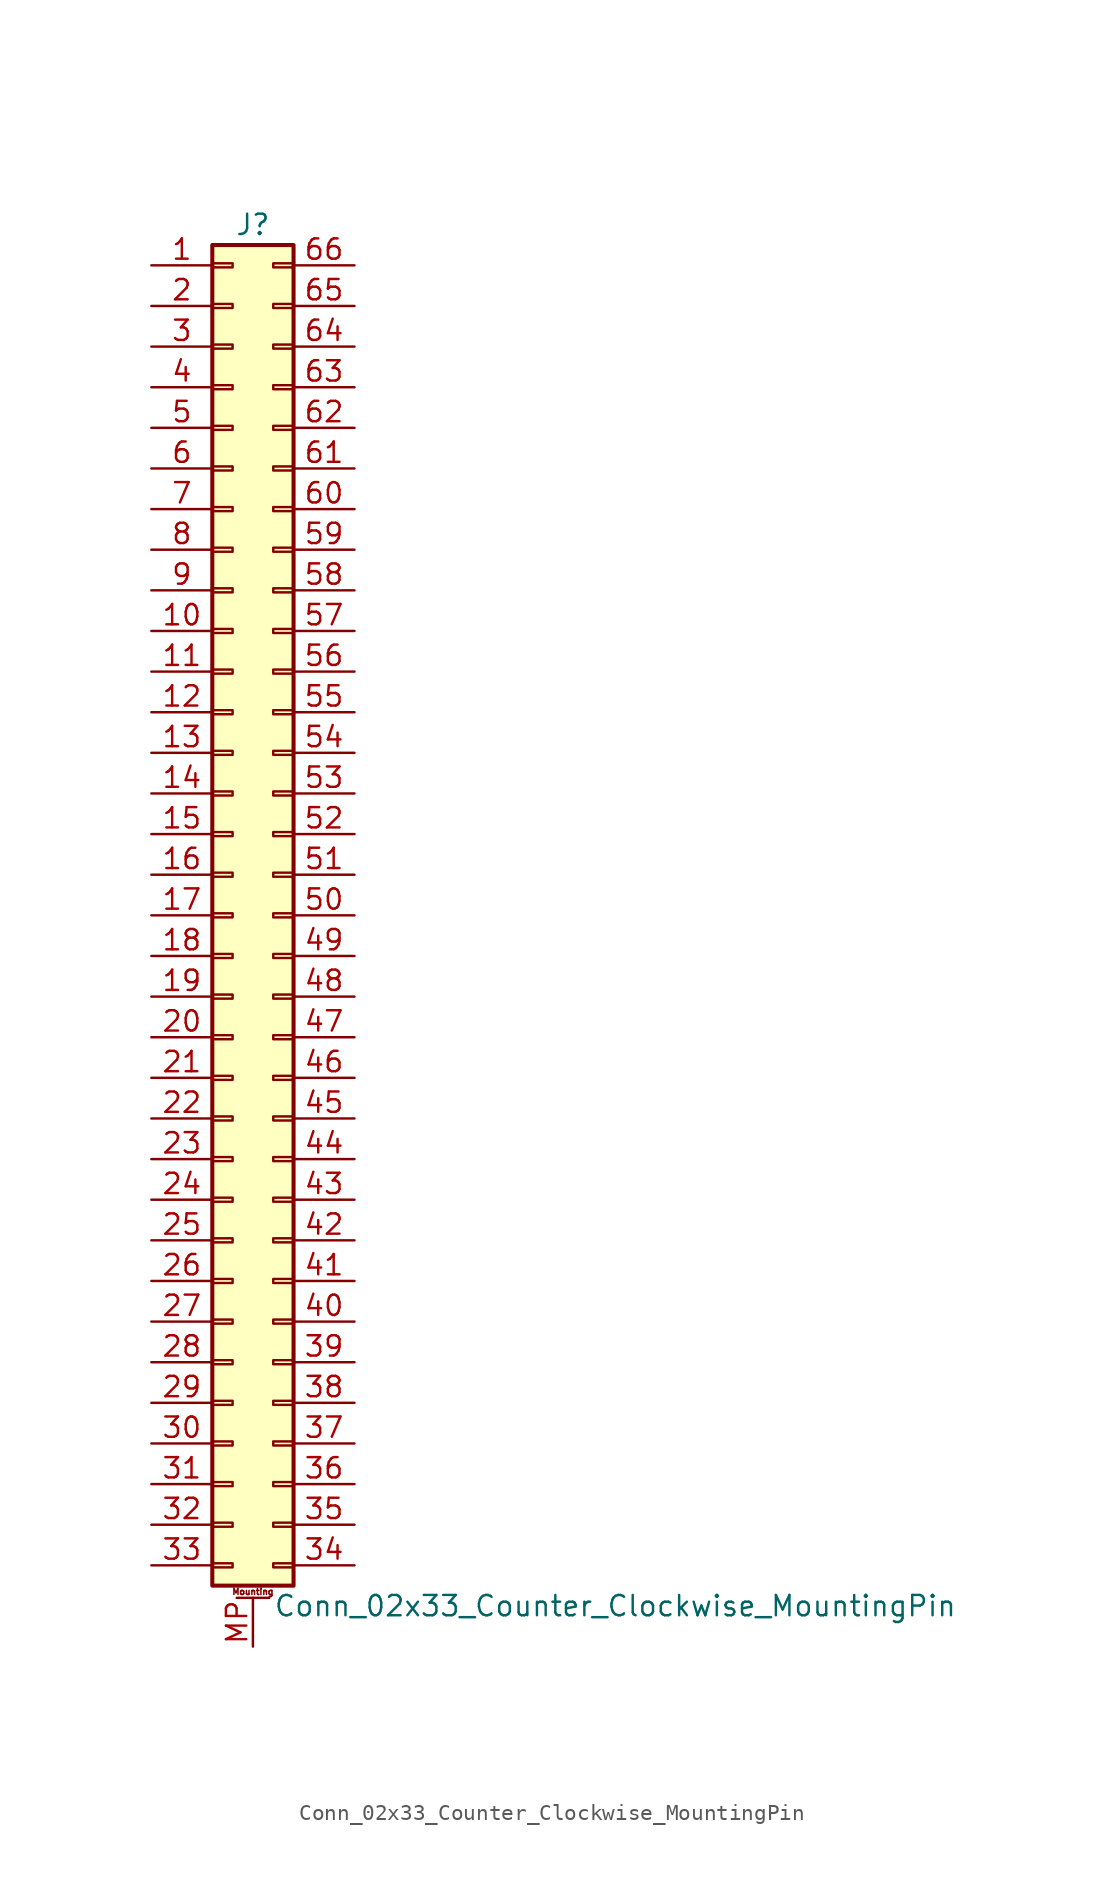
<source format=kicad_sym>
(kicad_symbol_lib
  (version 20201005)
  (generator kicad_symbol_editor)
  (symbol "Conn_02x33_Counter_Clockwise_MountingPin"
    (pin_names
      (offset 1.016) hide)
    (property "Reference" "J"
      (at 1.27 43.18 0)
      (effects (font (size 1.27 1.27))))
    (property "Value" "Conn_02x33_Counter_Clockwise_MountingPin"
      (at 2.54 -43.18 0)
      (effects (font (size 1.27 1.27)) (justify left)))
    (symbol "Conn_02x33_Counter_Clockwise_MountingPin_1_1"
      (text "Mounting" (at 1.27 -42.291 0) (effects (font (size 0.381 0.381))))
      (rectangle (start -1.27 -40.513) (end 0 -40.767) (stroke (width 0.152)) (fill (type none)))
      (rectangle (start -1.27 -37.973) (end 0 -38.227) (stroke (width 0.152)) (fill (type none)))
      (rectangle (start -1.27 -35.433) (end 0 -35.687) (stroke (width 0.152)) (fill (type none)))
      (rectangle (start -1.27 -32.893) (end 0 -33.147) (stroke (width 0.152)) (fill (type none)))
      (rectangle (start -1.27 -30.353) (end 0 -30.607) (stroke (width 0.152)) (fill (type none)))
      (rectangle (start -1.27 -27.813) (end 0 -28.067) (stroke (width 0.152)) (fill (type none)))
      (rectangle (start -1.27 -25.273) (end 0 -25.527) (stroke (width 0.152)) (fill (type none)))
      (rectangle (start -1.27 -22.733) (end 0 -22.987) (stroke (width 0.152)) (fill (type none)))
      (rectangle (start -1.27 -20.193) (end 0 -20.447) (stroke (width 0.152)) (fill (type none)))
      (rectangle (start -1.27 -17.653) (end 0 -17.907) (stroke (width 0.152)) (fill (type none)))
      (rectangle (start -1.27 -15.113) (end 0 -15.367) (stroke (width 0.152)) (fill (type none)))
      (rectangle (start -1.27 -12.573) (end 0 -12.827) (stroke (width 0.152)) (fill (type none)))
      (rectangle (start -1.27 -10.033) (end 0 -10.287) (stroke (width 0.152)) (fill (type none)))
      (rectangle (start -1.27 -7.493) (end 0 -7.747) (stroke (width 0.152)) (fill (type none)))
      (rectangle (start -1.27 -4.953) (end 0 -5.207) (stroke (width 0.152)) (fill (type none)))
      (rectangle (start -1.27 -2.413) (end 0 -2.667) (stroke (width 0.152)) (fill (type none)))
      (rectangle (start -1.27 0.127) (end 0 -0.127) (stroke (width 0.152)) (fill (type none)))
      (rectangle (start -1.27 2.667) (end 0 2.413) (stroke (width 0.152)) (fill (type none)))
      (rectangle (start -1.27 5.207) (end 0 4.953) (stroke (width 0.152)) (fill (type none)))
      (rectangle (start -1.27 7.747) (end 0 7.493) (stroke (width 0.152)) (fill (type none)))
      (rectangle (start -1.27 10.287) (end 0 10.033) (stroke (width 0.152)) (fill (type none)))
      (rectangle (start -1.27 12.827) (end 0 12.573) (stroke (width 0.152)) (fill (type none)))
      (rectangle (start -1.27 15.367) (end 0 15.113) (stroke (width 0.152)) (fill (type none)))
      (rectangle (start -1.27 17.907) (end 0 17.653) (stroke (width 0.152)) (fill (type none)))
      (rectangle (start -1.27 20.447) (end 0 20.193) (stroke (width 0.152)) (fill (type none)))
      (rectangle (start -1.27 22.987) (end 0 22.733) (stroke (width 0.152)) (fill (type none)))
      (rectangle (start -1.27 25.527) (end 0 25.273) (stroke (width 0.152)) (fill (type none)))
      (rectangle (start -1.27 28.067) (end 0 27.813) (stroke (width 0.152)) (fill (type none)))
      (rectangle (start -1.27 30.607) (end 0 30.353) (stroke (width 0.152)) (fill (type none)))
      (rectangle (start -1.27 33.147) (end 0 32.893) (stroke (width 0.152)) (fill (type none)))
      (rectangle (start -1.27 35.687) (end 0 35.433) (stroke (width 0.152)) (fill (type none)))
      (rectangle (start -1.27 38.227) (end 0 37.973) (stroke (width 0.152)) (fill (type none)))
      (rectangle (start -1.27 40.767) (end 0 40.513) (stroke (width 0.152)) (fill (type none)))
      (rectangle (start 3.81 -40.513) (end 2.54 -40.767) (stroke (width 0.152)) (fill (type none)))
      (rectangle (start 3.81 -37.973) (end 2.54 -38.227) (stroke (width 0.152)) (fill (type none)))
      (rectangle (start 3.81 -35.433) (end 2.54 -35.687) (stroke (width 0.152)) (fill (type none)))
      (rectangle (start 3.81 -32.893) (end 2.54 -33.147) (stroke (width 0.152)) (fill (type none)))
      (rectangle (start 3.81 -30.353) (end 2.54 -30.607) (stroke (width 0.152)) (fill (type none)))
      (rectangle (start 3.81 -27.813) (end 2.54 -28.067) (stroke (width 0.152)) (fill (type none)))
      (rectangle (start 3.81 -25.273) (end 2.54 -25.527) (stroke (width 0.152)) (fill (type none)))
      (rectangle (start 3.81 -22.733) (end 2.54 -22.987) (stroke (width 0.152)) (fill (type none)))
      (rectangle (start 3.81 -20.193) (end 2.54 -20.447) (stroke (width 0.152)) (fill (type none)))
      (rectangle (start 3.81 -17.653) (end 2.54 -17.907) (stroke (width 0.152)) (fill (type none)))
      (rectangle (start 3.81 -15.113) (end 2.54 -15.367) (stroke (width 0.152)) (fill (type none)))
      (rectangle (start 3.81 -12.573) (end 2.54 -12.827) (stroke (width 0.152)) (fill (type none)))
      (rectangle (start 3.81 -10.033) (end 2.54 -10.287) (stroke (width 0.152)) (fill (type none)))
      (rectangle (start 3.81 -7.493) (end 2.54 -7.747) (stroke (width 0.152)) (fill (type none)))
      (rectangle (start 3.81 -4.953) (end 2.54 -5.207) (stroke (width 0.152)) (fill (type none)))
      (rectangle (start 3.81 -2.413) (end 2.54 -2.667) (stroke (width 0.152)) (fill (type none)))
      (rectangle (start 3.81 0.127) (end 2.54 -0.127) (stroke (width 0.152)) (fill (type none)))
      (rectangle (start 3.81 2.667) (end 2.54 2.413) (stroke (width 0.152)) (fill (type none)))
      (rectangle (start 3.81 5.207) (end 2.54 4.953) (stroke (width 0.152)) (fill (type none)))
      (rectangle (start 3.81 7.747) (end 2.54 7.493) (stroke (width 0.152)) (fill (type none)))
      (rectangle (start 3.81 10.287) (end 2.54 10.033) (stroke (width 0.152)) (fill (type none)))
      (rectangle (start 3.81 12.827) (end 2.54 12.573) (stroke (width 0.152)) (fill (type none)))
      (rectangle (start 3.81 15.367) (end 2.54 15.113) (stroke (width 0.152)) (fill (type none)))
      (rectangle (start 3.81 17.907) (end 2.54 17.653) (stroke (width 0.152)) (fill (type none)))
      (rectangle (start 3.81 20.447) (end 2.54 20.193) (stroke (width 0.152)) (fill (type none)))
      (rectangle (start 3.81 22.987) (end 2.54 22.733) (stroke (width 0.152)) (fill (type none)))
      (rectangle (start 3.81 25.527) (end 2.54 25.273) (stroke (width 0.152)) (fill (type none)))
      (rectangle (start 3.81 28.067) (end 2.54 27.813) (stroke (width 0.152)) (fill (type none)))
      (rectangle (start 3.81 30.607) (end 2.54 30.353) (stroke (width 0.152)) (fill (type none)))
      (rectangle (start 3.81 33.147) (end 2.54 32.893) (stroke (width 0.152)) (fill (type none)))
      (rectangle (start 3.81 35.687) (end 2.54 35.433) (stroke (width 0.152)) (fill (type none)))
      (rectangle (start 3.81 38.227) (end 2.54 37.973) (stroke (width 0.152)) (fill (type none)))
      (rectangle (start 3.81 40.767) (end 2.54 40.513) (stroke (width 0.152)) (fill (type none)))
      (rectangle (start -1.27 41.91) (end 3.81 -41.91) (stroke (width 0.254)) (fill (type background)))
      (polyline (pts (xy 0.254 -42.672) (xy 2.286 -42.672)) (stroke (width 0.152)) (fill (type none)))
      (pin passive line (at -5.08 40.64 0) (length 3.81) (name "Pin_1" (effects (font (size 1.27 1.27)))) (number "1" (effects (font (size 1.27 1.27)))))
      (pin passive line (at -5.08 17.78 0) (length 3.81) (name "Pin_10" (effects (font (size 1.27 1.27)))) (number "10" (effects (font (size 1.27 1.27)))))
      (pin passive line (at -5.08 15.24 0) (length 3.81) (name "Pin_11" (effects (font (size 1.27 1.27)))) (number "11" (effects (font (size 1.27 1.27)))))
      (pin passive line (at -5.08 12.7 0) (length 3.81) (name "Pin_12" (effects (font (size 1.27 1.27)))) (number "12" (effects (font (size 1.27 1.27)))))
      (pin passive line (at -5.08 10.16 0) (length 3.81) (name "Pin_13" (effects (font (size 1.27 1.27)))) (number "13" (effects (font (size 1.27 1.27)))))
      (pin passive line (at -5.08 7.62 0) (length 3.81) (name "Pin_14" (effects (font (size 1.27 1.27)))) (number "14" (effects (font (size 1.27 1.27)))))
      (pin passive line (at -5.08 5.08 0) (length 3.81) (name "Pin_15" (effects (font (size 1.27 1.27)))) (number "15" (effects (font (size 1.27 1.27)))))
      (pin passive line (at -5.08 2.54 0) (length 3.81) (name "Pin_16" (effects (font (size 1.27 1.27)))) (number "16" (effects (font (size 1.27 1.27)))))
      (pin passive line (at -5.08 0 0) (length 3.81) (name "Pin_17" (effects (font (size 1.27 1.27)))) (number "17" (effects (font (size 1.27 1.27)))))
      (pin passive line (at -5.08 -2.54 0) (length 3.81) (name "Pin_18" (effects (font (size 1.27 1.27)))) (number "18" (effects (font (size 1.27 1.27)))))
      (pin passive line (at -5.08 -5.08 0) (length 3.81) (name "Pin_19" (effects (font (size 1.27 1.27)))) (number "19" (effects (font (size 1.27 1.27)))))
      (pin passive line (at -5.08 38.1 0) (length 3.81) (name "Pin_2" (effects (font (size 1.27 1.27)))) (number "2" (effects (font (size 1.27 1.27)))))
      (pin passive line (at -5.08 -7.62 0) (length 3.81) (name "Pin_20" (effects (font (size 1.27 1.27)))) (number "20" (effects (font (size 1.27 1.27)))))
      (pin passive line (at -5.08 -10.16 0) (length 3.81) (name "Pin_21" (effects (font (size 1.27 1.27)))) (number "21" (effects (font (size 1.27 1.27)))))
      (pin passive line (at -5.08 -12.7 0) (length 3.81) (name "Pin_22" (effects (font (size 1.27 1.27)))) (number "22" (effects (font (size 1.27 1.27)))))
      (pin passive line (at -5.08 -15.24 0) (length 3.81) (name "Pin_23" (effects (font (size 1.27 1.27)))) (number "23" (effects (font (size 1.27 1.27)))))
      (pin passive line (at -5.08 -17.78 0) (length 3.81) (name "Pin_24" (effects (font (size 1.27 1.27)))) (number "24" (effects (font (size 1.27 1.27)))))
      (pin passive line (at -5.08 -20.32 0) (length 3.81) (name "Pin_25" (effects (font (size 1.27 1.27)))) (number "25" (effects (font (size 1.27 1.27)))))
      (pin passive line (at -5.08 -22.86 0) (length 3.81) (name "Pin_26" (effects (font (size 1.27 1.27)))) (number "26" (effects (font (size 1.27 1.27)))))
      (pin passive line (at -5.08 -25.4 0) (length 3.81) (name "Pin_27" (effects (font (size 1.27 1.27)))) (number "27" (effects (font (size 1.27 1.27)))))
      (pin passive line (at -5.08 -27.94 0) (length 3.81) (name "Pin_28" (effects (font (size 1.27 1.27)))) (number "28" (effects (font (size 1.27 1.27)))))
      (pin passive line (at -5.08 -30.48 0) (length 3.81) (name "Pin_29" (effects (font (size 1.27 1.27)))) (number "29" (effects (font (size 1.27 1.27)))))
      (pin passive line (at -5.08 35.56 0) (length 3.81) (name "Pin_3" (effects (font (size 1.27 1.27)))) (number "3" (effects (font (size 1.27 1.27)))))
      (pin passive line (at -5.08 -33.02 0) (length 3.81) (name "Pin_30" (effects (font (size 1.27 1.27)))) (number "30" (effects (font (size 1.27 1.27)))))
      (pin passive line (at -5.08 -35.56 0) (length 3.81) (name "Pin_31" (effects (font (size 1.27 1.27)))) (number "31" (effects (font (size 1.27 1.27)))))
      (pin passive line (at -5.08 -38.1 0) (length 3.81) (name "Pin_32" (effects (font (size 1.27 1.27)))) (number "32" (effects (font (size 1.27 1.27)))))
      (pin passive line (at -5.08 -40.64 0) (length 3.81) (name "Pin_33" (effects (font (size 1.27 1.27)))) (number "33" (effects (font (size 1.27 1.27)))))
      (pin passive line (at 7.62 -40.64 180) (length 3.81) (name "Pin_34" (effects (font (size 1.27 1.27)))) (number "34" (effects (font (size 1.27 1.27)))))
      (pin passive line (at 7.62 -38.1 180) (length 3.81) (name "Pin_35" (effects (font (size 1.27 1.27)))) (number "35" (effects (font (size 1.27 1.27)))))
      (pin passive line (at 7.62 -35.56 180) (length 3.81) (name "Pin_36" (effects (font (size 1.27 1.27)))) (number "36" (effects (font (size 1.27 1.27)))))
      (pin passive line (at 7.62 -33.02 180) (length 3.81) (name "Pin_37" (effects (font (size 1.27 1.27)))) (number "37" (effects (font (size 1.27 1.27)))))
      (pin passive line (at 7.62 -30.48 180) (length 3.81) (name "Pin_38" (effects (font (size 1.27 1.27)))) (number "38" (effects (font (size 1.27 1.27)))))
      (pin passive line (at 7.62 -27.94 180) (length 3.81) (name "Pin_39" (effects (font (size 1.27 1.27)))) (number "39" (effects (font (size 1.27 1.27)))))
      (pin passive line (at -5.08 33.02 0) (length 3.81) (name "Pin_4" (effects (font (size 1.27 1.27)))) (number "4" (effects (font (size 1.27 1.27)))))
      (pin passive line (at 7.62 -25.4 180) (length 3.81) (name "Pin_40" (effects (font (size 1.27 1.27)))) (number "40" (effects (font (size 1.27 1.27)))))
      (pin passive line (at 7.62 -22.86 180) (length 3.81) (name "Pin_41" (effects (font (size 1.27 1.27)))) (number "41" (effects (font (size 1.27 1.27)))))
      (pin passive line (at 7.62 -20.32 180) (length 3.81) (name "Pin_42" (effects (font (size 1.27 1.27)))) (number "42" (effects (font (size 1.27 1.27)))))
      (pin passive line (at 7.62 -17.78 180) (length 3.81) (name "Pin_43" (effects (font (size 1.27 1.27)))) (number "43" (effects (font (size 1.27 1.27)))))
      (pin passive line (at 7.62 -15.24 180) (length 3.81) (name "Pin_44" (effects (font (size 1.27 1.27)))) (number "44" (effects (font (size 1.27 1.27)))))
      (pin passive line (at 7.62 -12.7 180) (length 3.81) (name "Pin_45" (effects (font (size 1.27 1.27)))) (number "45" (effects (font (size 1.27 1.27)))))
      (pin passive line (at 7.62 -10.16 180) (length 3.81) (name "Pin_46" (effects (font (size 1.27 1.27)))) (number "46" (effects (font (size 1.27 1.27)))))
      (pin passive line (at 7.62 -7.62 180) (length 3.81) (name "Pin_47" (effects (font (size 1.27 1.27)))) (number "47" (effects (font (size 1.27 1.27)))))
      (pin passive line (at 7.62 -5.08 180) (length 3.81) (name "Pin_48" (effects (font (size 1.27 1.27)))) (number "48" (effects (font (size 1.27 1.27)))))
      (pin passive line (at 7.62 -2.54 180) (length 3.81) (name "Pin_49" (effects (font (size 1.27 1.27)))) (number "49" (effects (font (size 1.27 1.27)))))
      (pin passive line (at -5.08 30.48 0) (length 3.81) (name "Pin_5" (effects (font (size 1.27 1.27)))) (number "5" (effects (font (size 1.27 1.27)))))
      (pin passive line (at 7.62 0 180) (length 3.81) (name "Pin_50" (effects (font (size 1.27 1.27)))) (number "50" (effects (font (size 1.27 1.27)))))
      (pin passive line (at 7.62 2.54 180) (length 3.81) (name "Pin_51" (effects (font (size 1.27 1.27)))) (number "51" (effects (font (size 1.27 1.27)))))
      (pin passive line (at 7.62 5.08 180) (length 3.81) (name "Pin_52" (effects (font (size 1.27 1.27)))) (number "52" (effects (font (size 1.27 1.27)))))
      (pin passive line (at 7.62 7.62 180) (length 3.81) (name "Pin_53" (effects (font (size 1.27 1.27)))) (number "53" (effects (font (size 1.27 1.27)))))
      (pin passive line (at 7.62 10.16 180) (length 3.81) (name "Pin_54" (effects (font (size 1.27 1.27)))) (number "54" (effects (font (size 1.27 1.27)))))
      (pin passive line (at 7.62 12.7 180) (length 3.81) (name "Pin_55" (effects (font (size 1.27 1.27)))) (number "55" (effects (font (size 1.27 1.27)))))
      (pin passive line (at 7.62 15.24 180) (length 3.81) (name "Pin_56" (effects (font (size 1.27 1.27)))) (number "56" (effects (font (size 1.27 1.27)))))
      (pin passive line (at 7.62 17.78 180) (length 3.81) (name "Pin_57" (effects (font (size 1.27 1.27)))) (number "57" (effects (font (size 1.27 1.27)))))
      (pin passive line (at 7.62 20.32 180) (length 3.81) (name "Pin_58" (effects (font (size 1.27 1.27)))) (number "58" (effects (font (size 1.27 1.27)))))
      (pin passive line (at 7.62 22.86 180) (length 3.81) (name "Pin_59" (effects (font (size 1.27 1.27)))) (number "59" (effects (font (size 1.27 1.27)))))
      (pin passive line (at -5.08 27.94 0) (length 3.81) (name "Pin_6" (effects (font (size 1.27 1.27)))) (number "6" (effects (font (size 1.27 1.27)))))
      (pin passive line (at 7.62 25.4 180) (length 3.81) (name "Pin_60" (effects (font (size 1.27 1.27)))) (number "60" (effects (font (size 1.27 1.27)))))
      (pin passive line (at 7.62 27.94 180) (length 3.81) (name "Pin_61" (effects (font (size 1.27 1.27)))) (number "61" (effects (font (size 1.27 1.27)))))
      (pin passive line (at 7.62 30.48 180) (length 3.81) (name "Pin_62" (effects (font (size 1.27 1.27)))) (number "62" (effects (font (size 1.27 1.27)))))
      (pin passive line (at 7.62 33.02 180) (length 3.81) (name "Pin_63" (effects (font (size 1.27 1.27)))) (number "63" (effects (font (size 1.27 1.27)))))
      (pin passive line (at 7.62 35.56 180) (length 3.81) (name "Pin_64" (effects (font (size 1.27 1.27)))) (number "64" (effects (font (size 1.27 1.27)))))
      (pin passive line (at 7.62 38.1 180) (length 3.81) (name "Pin_65" (effects (font (size 1.27 1.27)))) (number "65" (effects (font (size 1.27 1.27)))))
      (pin passive line (at 7.62 40.64 180) (length 3.81) (name "Pin_66" (effects (font (size 1.27 1.27)))) (number "66" (effects (font (size 1.27 1.27)))))
      (pin passive line (at -5.08 25.4 0) (length 3.81) (name "Pin_7" (effects (font (size 1.27 1.27)))) (number "7" (effects (font (size 1.27 1.27)))))
      (pin passive line (at -5.08 22.86 0) (length 3.81) (name "Pin_8" (effects (font (size 1.27 1.27)))) (number "8" (effects (font (size 1.27 1.27)))))
      (pin passive line (at -5.08 20.32 0) (length 3.81) (name "Pin_9" (effects (font (size 1.27 1.27)))) (number "9" (effects (font (size 1.27 1.27)))))
      (pin passive line (at 1.27 -45.72 90) (length 3.048) (name "MountPin" (effects (font (size 1.27 1.27)))) (number "MP" (effects (font (size 1.27 1.27))))))))
</source>
